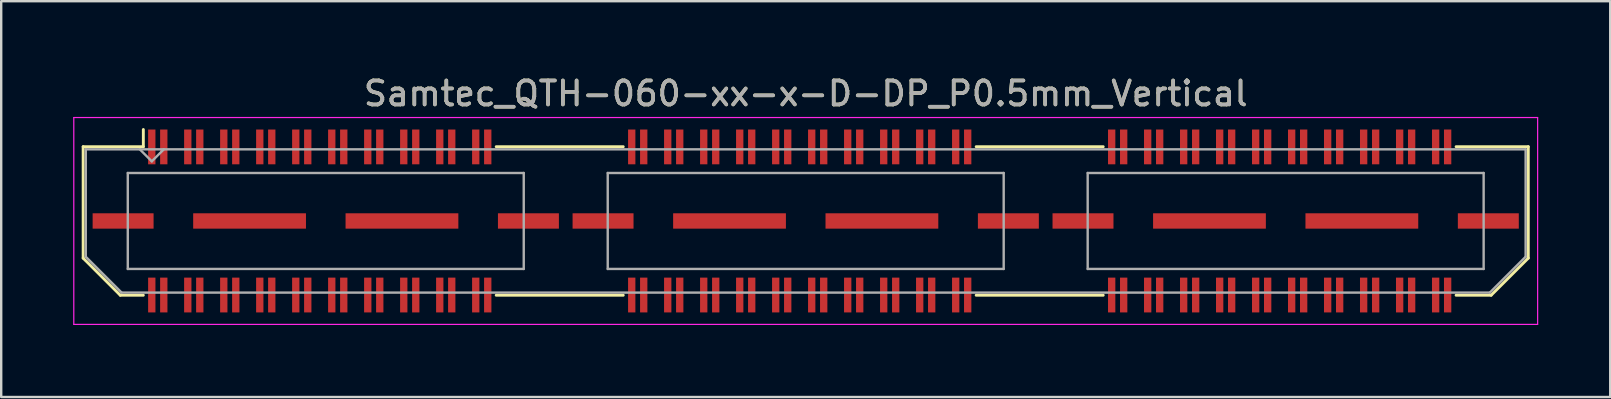
<source format=kicad_pcb>
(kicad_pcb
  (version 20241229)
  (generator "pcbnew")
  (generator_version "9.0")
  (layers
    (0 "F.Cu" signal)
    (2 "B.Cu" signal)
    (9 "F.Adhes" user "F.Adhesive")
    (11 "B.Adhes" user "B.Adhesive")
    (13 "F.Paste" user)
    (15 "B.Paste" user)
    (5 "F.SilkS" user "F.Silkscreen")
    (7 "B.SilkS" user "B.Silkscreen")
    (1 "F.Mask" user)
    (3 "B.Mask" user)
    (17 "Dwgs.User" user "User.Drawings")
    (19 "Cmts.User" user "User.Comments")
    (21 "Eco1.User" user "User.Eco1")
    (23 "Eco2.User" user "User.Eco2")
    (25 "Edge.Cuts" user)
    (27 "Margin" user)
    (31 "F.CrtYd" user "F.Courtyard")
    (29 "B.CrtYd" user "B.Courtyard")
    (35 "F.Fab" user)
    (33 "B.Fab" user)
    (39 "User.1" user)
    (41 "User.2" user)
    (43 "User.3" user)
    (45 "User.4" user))
  (footprint "Samtec_QTH-060-xx-x-D-DP_P0.5mm_Vertical"
    (layer "F.Cu")
    (at 30.525 6.158)
    (property "Reference" "Samtec_QTH-060-xx-x-D-DP_P0.5mm_Vertical" (at 0 -5.31 0) (layer "F.SilkS") (effects (font (size 1 1) (thickness 0.15))))
    (attr smd)
    (fp_line (start -30.11 -3.095) (end -30.11 1.548) (stroke (width 0.12) (type solid)) (layer "F.SilkS"))
    (fp_line (start -30.11 1.548) (end -28.562 3.095) (stroke (width 0.12) (type solid)) (layer "F.SilkS"))
    (fp_line (start -28.562 3.095) (end -27.602 3.095) (stroke (width 0.12) (type solid)) (layer "F.SilkS"))
    (fp_line (start -27.602 -3.811) (end -27.602 -3.095) (stroke (width 0.12) (type solid)) (layer "F.SilkS"))
    (fp_line (start -27.602 -3.095) (end -30.11 -3.095) (stroke (width 0.12) (type solid)) (layer "F.SilkS"))
    (fp_line (start -12.898 -3.095) (end -7.603 -3.095) (stroke (width 0.12) (type solid)) (layer "F.SilkS"))
    (fp_line (start -12.898 3.095) (end -7.603 3.095) (stroke (width 0.12) (type solid)) (layer "F.SilkS"))
    (fp_line (start 7.103 -3.095) (end 12.398 -3.095) (stroke (width 0.12) (type solid)) (layer "F.SilkS"))
    (fp_line (start 7.103 3.095) (end 12.398 3.095) (stroke (width 0.12) (type solid)) (layer "F.SilkS"))
    (fp_line (start 27.102 -3.095) (end 30.11 -3.095) (stroke (width 0.12) (type solid)) (layer "F.SilkS"))
    (fp_line (start 28.562 3.095) (end 27.102 3.095) (stroke (width 0.12) (type solid)) (layer "F.SilkS"))
    (fp_line (start 30.11 -3.095) (end 30.11 1.548) (stroke (width 0.12) (type solid)) (layer "F.SilkS"))
    (fp_line (start 30.11 1.548) (end 28.562 3.095) (stroke (width 0.12) (type solid)) (layer "F.SilkS"))
    (fp_line (start -30.5 -4.31) (end -30.5 4.31) (stroke (width 0.05) (type solid)) (layer "F.CrtYd"))
    (fp_line (start -30.5 4.31) (end 30.5 4.31) (stroke (width 0.05) (type solid)) (layer "F.CrtYd"))
    (fp_line (start 30.5 -4.31) (end -30.5 -4.31) (stroke (width 0.05) (type solid)) (layer "F.CrtYd"))
    (fp_line (start 30.5 4.31) (end 30.5 -4.31) (stroke (width 0.05) (type solid)) (layer "F.CrtYd"))
    (fp_line (start -30 -2.985) (end -30 1.492) (stroke (width 0.1) (type solid)) (layer "F.Fab"))
    (fp_line (start -30 -2.985) (end 30 -2.985) (stroke (width 0.1) (type solid)) (layer "F.Fab"))
    (fp_line (start -30 1.492) (end -28.508 2.985) (stroke (width 0.1) (type solid)) (layer "F.Fab"))
    (fp_line (start -28.508 2.985) (end 28.508 2.985) (stroke (width 0.1) (type solid)) (layer "F.Fab"))
    (fp_line (start -28.25 -2) (end -28.25 2) (stroke (width 0.1) (type solid)) (layer "F.Fab"))
    (fp_line (start -28.25 2) (end -11.75 2) (stroke (width 0.1) (type solid)) (layer "F.Fab"))
    (fp_line (start -27.25 -2.485) (end -27.75 -2.985) (stroke (width 0.1) (type solid)) (layer "F.Fab"))
    (fp_line (start -26.75 -2.985) (end -27.25 -2.485) (stroke (width 0.1) (type solid)) (layer "F.Fab"))
    (fp_line (start -11.75 -2) (end -28.25 -2) (stroke (width 0.1) (type solid)) (layer "F.Fab"))
    (fp_line (start -11.75 2) (end -11.75 -2) (stroke (width 0.1) (type solid)) (layer "F.Fab"))
    (fp_line (start -8.25 -2) (end -8.25 2) (stroke (width 0.1) (type solid)) (layer "F.Fab"))
    (fp_line (start -8.25 2) (end 8.25 2) (stroke (width 0.1) (type solid)) (layer "F.Fab"))
    (fp_line (start 8.25 -2) (end -8.25 -2) (stroke (width 0.1) (type solid)) (layer "F.Fab"))
    (fp_line (start 8.25 2) (end 8.25 -2) (stroke (width 0.1) (type solid)) (layer "F.Fab"))
    (fp_line (start 11.75 -2) (end 11.75 2) (stroke (width 0.1) (type solid)) (layer "F.Fab"))
    (fp_line (start 11.75 2) (end 28.25 2) (stroke (width 0.1) (type solid)) (layer "F.Fab"))
    (fp_line (start 28.25 -2) (end 11.75 -2) (stroke (width 0.1) (type solid)) (layer "F.Fab"))
    (fp_line (start 28.25 2) (end 28.25 -2) (stroke (width 0.1) (type solid)) (layer "F.Fab"))
    (fp_line (start 30 -2.985) (end 30 1.492) (stroke (width 0.1) (type solid)) (layer "F.Fab"))
    (fp_line (start 30 1.492) (end 28.508 2.985) (stroke (width 0.1) (type solid)) (layer "F.Fab"))
    (fp_text user "${REFERENCE}" (at 0 -5.31 0) (layer "F.Fab") (effects (font (size 1 1) (thickness 0.15))))
    (pad "1" smd rect (at -27.25 -3.086) (size 0.305 1.45) (layers "F.Cu" "F.Mask" "F.Paste"))
    (pad "2" smd rect (at -27.25 3.086) (size 0.305 1.45) (layers "F.Cu" "F.Mask" "F.Paste"))
    (pad "3" smd rect (at -26.75 -3.086) (size 0.305 1.45) (layers "F.Cu" "F.Mask" "F.Paste"))
    (pad "4" smd rect (at -26.75 3.086) (size 0.305 1.45) (layers "F.Cu" "F.Mask" "F.Paste"))
    (pad "5" smd rect (at -25.75 -3.086) (size 0.305 1.45) (layers "F.Cu" "F.Mask" "F.Paste"))
    (pad "6" smd rect (at -25.75 3.086) (size 0.305 1.45) (layers "F.Cu" "F.Mask" "F.Paste"))
    (pad "7" smd rect (at -25.25 -3.086) (size 0.305 1.45) (layers "F.Cu" "F.Mask" "F.Paste"))
    (pad "8" smd rect (at -25.25 3.086) (size 0.305 1.45) (layers "F.Cu" "F.Mask" "F.Paste"))
    (pad "9" smd rect (at -24.25 -3.086) (size 0.305 1.45) (layers "F.Cu" "F.Mask" "F.Paste"))
    (pad "10" smd rect (at -24.25 3.086) (size 0.305 1.45) (layers "F.Cu" "F.Mask" "F.Paste"))
    (pad "11" smd rect (at -23.75 -3.086) (size 0.305 1.45) (layers "F.Cu" "F.Mask" "F.Paste"))
    (pad "12" smd rect (at -23.75 3.086) (size 0.305 1.45) (layers "F.Cu" "F.Mask" "F.Paste"))
    (pad "13" smd rect (at -22.75 -3.086) (size 0.305 1.45) (layers "F.Cu" "F.Mask" "F.Paste"))
    (pad "14" smd rect (at -22.75 3.086) (size 0.305 1.45) (layers "F.Cu" "F.Mask" "F.Paste"))
    (pad "15" smd rect (at -22.25 -3.086) (size 0.305 1.45) (layers "F.Cu" "F.Mask" "F.Paste"))
    (pad "16" smd rect (at -22.25 3.086) (size 0.305 1.45) (layers "F.Cu" "F.Mask" "F.Paste"))
    (pad "17" smd rect (at -21.25 -3.086) (size 0.305 1.45) (layers "F.Cu" "F.Mask" "F.Paste"))
    (pad "18" smd rect (at -21.25 3.086) (size 0.305 1.45) (layers "F.Cu" "F.Mask" "F.Paste"))
    (pad "19" smd rect (at -20.75 -3.086) (size 0.305 1.45) (layers "F.Cu" "F.Mask" "F.Paste"))
    (pad "20" smd rect (at -20.75 3.086) (size 0.305 1.45) (layers "F.Cu" "F.Mask" "F.Paste"))
    (pad "21" smd rect (at -19.75 -3.086) (size 0.305 1.45) (layers "F.Cu" "F.Mask" "F.Paste"))
    (pad "22" smd rect (at -19.75 3.086) (size 0.305 1.45) (layers "F.Cu" "F.Mask" "F.Paste"))
    (pad "23" smd rect (at -19.25 -3.086) (size 0.305 1.45) (layers "F.Cu" "F.Mask" "F.Paste"))
    (pad "24" smd rect (at -19.25 3.086) (size 0.305 1.45) (layers "F.Cu" "F.Mask" "F.Paste"))
    (pad "25" smd rect (at -18.25 -3.086) (size 0.305 1.45) (layers "F.Cu" "F.Mask" "F.Paste"))
    (pad "26" smd rect (at -18.25 3.086) (size 0.305 1.45) (layers "F.Cu" "F.Mask" "F.Paste"))
    (pad "27" smd rect (at -17.75 -3.086) (size 0.305 1.45) (layers "F.Cu" "F.Mask" "F.Paste"))
    (pad "28" smd rect (at -17.75 3.086) (size 0.305 1.45) (layers "F.Cu" "F.Mask" "F.Paste"))
    (pad "29" smd rect (at -16.75 -3.086) (size 0.305 1.45) (layers "F.Cu" "F.Mask" "F.Paste"))
    (pad "30" smd rect (at -16.75 3.086) (size 0.305 1.45) (layers "F.Cu" "F.Mask" "F.Paste"))
    (pad "31" smd rect (at -16.25 -3.086) (size 0.305 1.45) (layers "F.Cu" "F.Mask" "F.Paste"))
    (pad "32" smd rect (at -16.25 3.086) (size 0.305 1.45) (layers "F.Cu" "F.Mask" "F.Paste"))
    (pad "33" smd rect (at -15.25 -3.086) (size 0.305 1.45) (layers "F.Cu" "F.Mask" "F.Paste"))
    (pad "34" smd rect (at -15.25 3.086) (size 0.305 1.45) (layers "F.Cu" "F.Mask" "F.Paste"))
    (pad "35" smd rect (at -14.75 -3.086) (size 0.305 1.45) (layers "F.Cu" "F.Mask" "F.Paste"))
    (pad "36" smd rect (at -14.75 3.086) (size 0.305 1.45) (layers "F.Cu" "F.Mask" "F.Paste"))
    (pad "37" smd rect (at -13.75 -3.086) (size 0.305 1.45) (layers "F.Cu" "F.Mask" "F.Paste"))
    (pad "38" smd rect (at -13.75 3.086) (size 0.305 1.45) (layers "F.Cu" "F.Mask" "F.Paste"))
    (pad "39" smd rect (at -13.25 -3.086) (size 0.305 1.45) (layers "F.Cu" "F.Mask" "F.Paste"))
    (pad "40" smd rect (at -13.25 3.086) (size 0.305 1.45) (layers "F.Cu" "F.Mask" "F.Paste"))
    (pad "41" smd rect (at -7.25 -3.086) (size 0.305 1.45) (layers "F.Cu" "F.Mask" "F.Paste"))
    (pad "42" smd rect (at -7.25 3.086) (size 0.305 1.45) (layers "F.Cu" "F.Mask" "F.Paste"))
    (pad "43" smd rect (at -6.75 -3.086) (size 0.305 1.45) (layers "F.Cu" "F.Mask" "F.Paste"))
    (pad "44" smd rect (at -6.75 3.086) (size 0.305 1.45) (layers "F.Cu" "F.Mask" "F.Paste"))
    (pad "45" smd rect (at -5.75 -3.086) (size 0.305 1.45) (layers "F.Cu" "F.Mask" "F.Paste"))
    (pad "46" smd rect (at -5.75 3.086) (size 0.305 1.45) (layers "F.Cu" "F.Mask" "F.Paste"))
    (pad "47" smd rect (at -5.25 -3.086) (size 0.305 1.45) (layers "F.Cu" "F.Mask" "F.Paste"))
    (pad "48" smd rect (at -5.25 3.086) (size 0.305 1.45) (layers "F.Cu" "F.Mask" "F.Paste"))
    (pad "49" smd rect (at -4.25 -3.086) (size 0.305 1.45) (layers "F.Cu" "F.Mask" "F.Paste"))
    (pad "50" smd rect (at -4.25 3.086) (size 0.305 1.45) (layers "F.Cu" "F.Mask" "F.Paste"))
    (pad "51" smd rect (at -3.75 -3.086) (size 0.305 1.45) (layers "F.Cu" "F.Mask" "F.Paste"))
    (pad "52" smd rect (at -3.75 3.086) (size 0.305 1.45) (layers "F.Cu" "F.Mask" "F.Paste"))
    (pad "53" smd rect (at -2.75 -3.086) (size 0.305 1.45) (layers "F.Cu" "F.Mask" "F.Paste"))
    (pad "54" smd rect (at -2.75 3.086) (size 0.305 1.45) (layers "F.Cu" "F.Mask" "F.Paste"))
    (pad "55" smd rect (at -2.25 -3.086) (size 0.305 1.45) (layers "F.Cu" "F.Mask" "F.Paste"))
    (pad "56" smd rect (at -2.25 3.086) (size 0.305 1.45) (layers "F.Cu" "F.Mask" "F.Paste"))
    (pad "57" smd rect (at -1.25 -3.086) (size 0.305 1.45) (layers "F.Cu" "F.Mask" "F.Paste"))
    (pad "58" smd rect (at -1.25 3.086) (size 0.305 1.45) (layers "F.Cu" "F.Mask" "F.Paste"))
    (pad "59" smd rect (at -0.75 -3.086) (size 0.305 1.45) (layers "F.Cu" "F.Mask" "F.Paste"))
    (pad "60" smd rect (at -0.75 3.086) (size 0.305 1.45) (layers "F.Cu" "F.Mask" "F.Paste"))
    (pad "61" smd rect (at 0.25 -3.086) (size 0.305 1.45) (layers "F.Cu" "F.Mask" "F.Paste"))
    (pad "62" smd rect (at 0.25 3.086) (size 0.305 1.45) (layers "F.Cu" "F.Mask" "F.Paste"))
    (pad "63" smd rect (at 0.75 -3.086) (size 0.305 1.45) (layers "F.Cu" "F.Mask" "F.Paste"))
    (pad "64" smd rect (at 0.75 3.086) (size 0.305 1.45) (layers "F.Cu" "F.Mask" "F.Paste"))
    (pad "65" smd rect (at 1.75 -3.086) (size 0.305 1.45) (layers "F.Cu" "F.Mask" "F.Paste"))
    (pad "66" smd rect (at 1.75 3.086) (size 0.305 1.45) (layers "F.Cu" "F.Mask" "F.Paste"))
    (pad "67" smd rect (at 2.25 -3.086) (size 0.305 1.45) (layers "F.Cu" "F.Mask" "F.Paste"))
    (pad "68" smd rect (at 2.25 3.086) (size 0.305 1.45) (layers "F.Cu" "F.Mask" "F.Paste"))
    (pad "69" smd rect (at 3.25 -3.086) (size 0.305 1.45) (layers "F.Cu" "F.Mask" "F.Paste"))
    (pad "70" smd rect (at 3.25 3.086) (size 0.305 1.45) (layers "F.Cu" "F.Mask" "F.Paste"))
    (pad "71" smd rect (at 3.75 -3.086) (size 0.305 1.45) (layers "F.Cu" "F.Mask" "F.Paste"))
    (pad "72" smd rect (at 3.75 3.086) (size 0.305 1.45) (layers "F.Cu" "F.Mask" "F.Paste"))
    (pad "73" smd rect (at 4.75 -3.086) (size 0.305 1.45) (layers "F.Cu" "F.Mask" "F.Paste"))
    (pad "74" smd rect (at 4.75 3.086) (size 0.305 1.45) (layers "F.Cu" "F.Mask" "F.Paste"))
    (pad "75" smd rect (at 5.25 -3.086) (size 0.305 1.45) (layers "F.Cu" "F.Mask" "F.Paste"))
    (pad "76" smd rect (at 5.25 3.086) (size 0.305 1.45) (layers "F.Cu" "F.Mask" "F.Paste"))
    (pad "77" smd rect (at 6.25 -3.086) (size 0.305 1.45) (layers "F.Cu" "F.Mask" "F.Paste"))
    (pad "78" smd rect (at 6.25 3.086) (size 0.305 1.45) (layers "F.Cu" "F.Mask" "F.Paste"))
    (pad "79" smd rect (at 6.75 -3.086) (size 0.305 1.45) (layers "F.Cu" "F.Mask" "F.Paste"))
    (pad "80" smd rect (at 6.75 3.086) (size 0.305 1.45) (layers "F.Cu" "F.Mask" "F.Paste"))
    (pad "81" smd rect (at 12.75 -3.086) (size 0.305 1.45) (layers "F.Cu" "F.Mask" "F.Paste"))
    (pad "82" smd rect (at 12.75 3.086) (size 0.305 1.45) (layers "F.Cu" "F.Mask" "F.Paste"))
    (pad "83" smd rect (at 13.25 -3.086) (size 0.305 1.45) (layers "F.Cu" "F.Mask" "F.Paste"))
    (pad "84" smd rect (at 13.25 3.086) (size 0.305 1.45) (layers "F.Cu" "F.Mask" "F.Paste"))
    (pad "85" smd rect (at 14.25 -3.086) (size 0.305 1.45) (layers "F.Cu" "F.Mask" "F.Paste"))
    (pad "86" smd rect (at 14.25 3.086) (size 0.305 1.45) (layers "F.Cu" "F.Mask" "F.Paste"))
    (pad "87" smd rect (at 14.75 -3.086) (size 0.305 1.45) (layers "F.Cu" "F.Mask" "F.Paste"))
    (pad "88" smd rect (at 14.75 3.086) (size 0.305 1.45) (layers "F.Cu" "F.Mask" "F.Paste"))
    (pad "89" smd rect (at 15.75 -3.086) (size 0.305 1.45) (layers "F.Cu" "F.Mask" "F.Paste"))
    (pad "90" smd rect (at 15.75 3.086) (size 0.305 1.45) (layers "F.Cu" "F.Mask" "F.Paste"))
    (pad "91" smd rect (at 16.25 -3.086) (size 0.305 1.45) (layers "F.Cu" "F.Mask" "F.Paste"))
    (pad "92" smd rect (at 16.25 3.086) (size 0.305 1.45) (layers "F.Cu" "F.Mask" "F.Paste"))
    (pad "93" smd rect (at 17.25 -3.086) (size 0.305 1.45) (layers "F.Cu" "F.Mask" "F.Paste"))
    (pad "94" smd rect (at 17.25 3.086) (size 0.305 1.45) (layers "F.Cu" "F.Mask" "F.Paste"))
    (pad "95" smd rect (at 17.75 -3.086) (size 0.305 1.45) (layers "F.Cu" "F.Mask" "F.Paste"))
    (pad "96" smd rect (at 17.75 3.086) (size 0.305 1.45) (layers "F.Cu" "F.Mask" "F.Paste"))
    (pad "97" smd rect (at 18.75 -3.086) (size 0.305 1.45) (layers "F.Cu" "F.Mask" "F.Paste"))
    (pad "98" smd rect (at 18.75 3.086) (size 0.305 1.45) (layers "F.Cu" "F.Mask" "F.Paste"))
    (pad "99" smd rect (at 19.25 -3.086) (size 0.305 1.45) (layers "F.Cu" "F.Mask" "F.Paste"))
    (pad "100" smd rect (at 19.25 3.086) (size 0.305 1.45) (layers "F.Cu" "F.Mask" "F.Paste"))
    (pad "101" smd rect (at 20.25 -3.086) (size 0.305 1.45) (layers "F.Cu" "F.Mask" "F.Paste"))
    (pad "102" smd rect (at 20.25 3.086) (size 0.305 1.45) (layers "F.Cu" "F.Mask" "F.Paste"))
    (pad "103" smd rect (at 20.75 -3.086) (size 0.305 1.45) (layers "F.Cu" "F.Mask" "F.Paste"))
    (pad "104" smd rect (at 20.75 3.086) (size 0.305 1.45) (layers "F.Cu" "F.Mask" "F.Paste"))
    (pad "105" smd rect (at 21.75 -3.086) (size 0.305 1.45) (layers "F.Cu" "F.Mask" "F.Paste"))
    (pad "106" smd rect (at 21.75 3.086) (size 0.305 1.45) (layers "F.Cu" "F.Mask" "F.Paste"))
    (pad "107" smd rect (at 22.25 -3.086) (size 0.305 1.45) (layers "F.Cu" "F.Mask" "F.Paste"))
    (pad "108" smd rect (at 22.25 3.086) (size 0.305 1.45) (layers "F.Cu" "F.Mask" "F.Paste"))
    (pad "109" smd rect (at 23.25 -3.086) (size 0.305 1.45) (layers "F.Cu" "F.Mask" "F.Paste"))
    (pad "110" smd rect (at 23.25 3.086) (size 0.305 1.45) (layers "F.Cu" "F.Mask" "F.Paste"))
    (pad "111" smd rect (at 23.75 -3.086) (size 0.305 1.45) (layers "F.Cu" "F.Mask" "F.Paste"))
    (pad "112" smd rect (at 23.75 3.086) (size 0.305 1.45) (layers "F.Cu" "F.Mask" "F.Paste"))
    (pad "113" smd rect (at 24.75 -3.086) (size 0.305 1.45) (layers "F.Cu" "F.Mask" "F.Paste"))
    (pad "114" smd rect (at 24.75 3.086) (size 0.305 1.45) (layers "F.Cu" "F.Mask" "F.Paste"))
    (pad "115" smd rect (at 25.25 -3.086) (size 0.305 1.45) (layers "F.Cu" "F.Mask" "F.Paste"))
    (pad "116" smd rect (at 25.25 3.086) (size 0.305 1.45) (layers "F.Cu" "F.Mask" "F.Paste"))
    (pad "117" smd rect (at 26.25 -3.086) (size 0.305 1.45) (layers "F.Cu" "F.Mask" "F.Paste"))
    (pad "118" smd rect (at 26.25 3.086) (size 0.305 1.45) (layers "F.Cu" "F.Mask" "F.Paste"))
    (pad "119" smd rect (at 26.75 -3.086) (size 0.305 1.45) (layers "F.Cu" "F.Mask" "F.Paste"))
    (pad "120" smd rect (at 26.75 3.086) (size 0.305 1.45) (layers "F.Cu" "F.Mask" "F.Paste"))
    (pad "P1" smd rect (at -28.445 0) (size 2.54 0.64) (layers "F.Cu" "F.Mask" "F.Paste"))
    (pad "P1" smd rect (at -23.175 0) (size 4.7 0.64) (layers "F.Cu" "F.Mask" "F.Paste"))
    (pad "P1" smd rect (at -16.825 0) (size 4.7 0.64) (layers "F.Cu" "F.Mask" "F.Paste"))
    (pad "P1" smd rect (at -11.555 0) (size 2.54 0.64) (layers "F.Cu" "F.Mask" "F.Paste"))
    (pad "P2" smd rect (at -8.445 0) (size 2.54 0.64) (layers "F.Cu" "F.Mask" "F.Paste"))
    (pad "P2" smd rect (at -3.175 0) (size 4.7 0.64) (layers "F.Cu" "F.Mask" "F.Paste"))
    (pad "P2" smd rect (at 3.175 0) (size 4.7 0.64) (layers "F.Cu" "F.Mask" "F.Paste"))
    (pad "P2" smd rect (at 8.445 0) (size 2.54 0.64) (layers "F.Cu" "F.Mask" "F.Paste"))
    (pad "P3" smd rect (at 11.555 0) (size 2.54 0.64) (layers "F.Cu" "F.Mask" "F.Paste"))
    (pad "P3" smd rect (at 16.825 0) (size 4.7 0.64) (layers "F.Cu" "F.Mask" "F.Paste"))
    (pad "P3" smd rect (at 23.175 0) (size 4.7 0.64) (layers "F.Cu" "F.Mask" "F.Paste"))
    (pad "P3" smd rect (at 28.445 0) (size 2.54 0.64) (layers "F.Cu" "F.Mask" "F.Paste")))
  (gr_rect
    (start -3 -3)
    (end 64.05 13.493)
    (stroke (width 0.1) (type default))
    (fill no)
    (layer "Edge.Cuts")))
</source>
